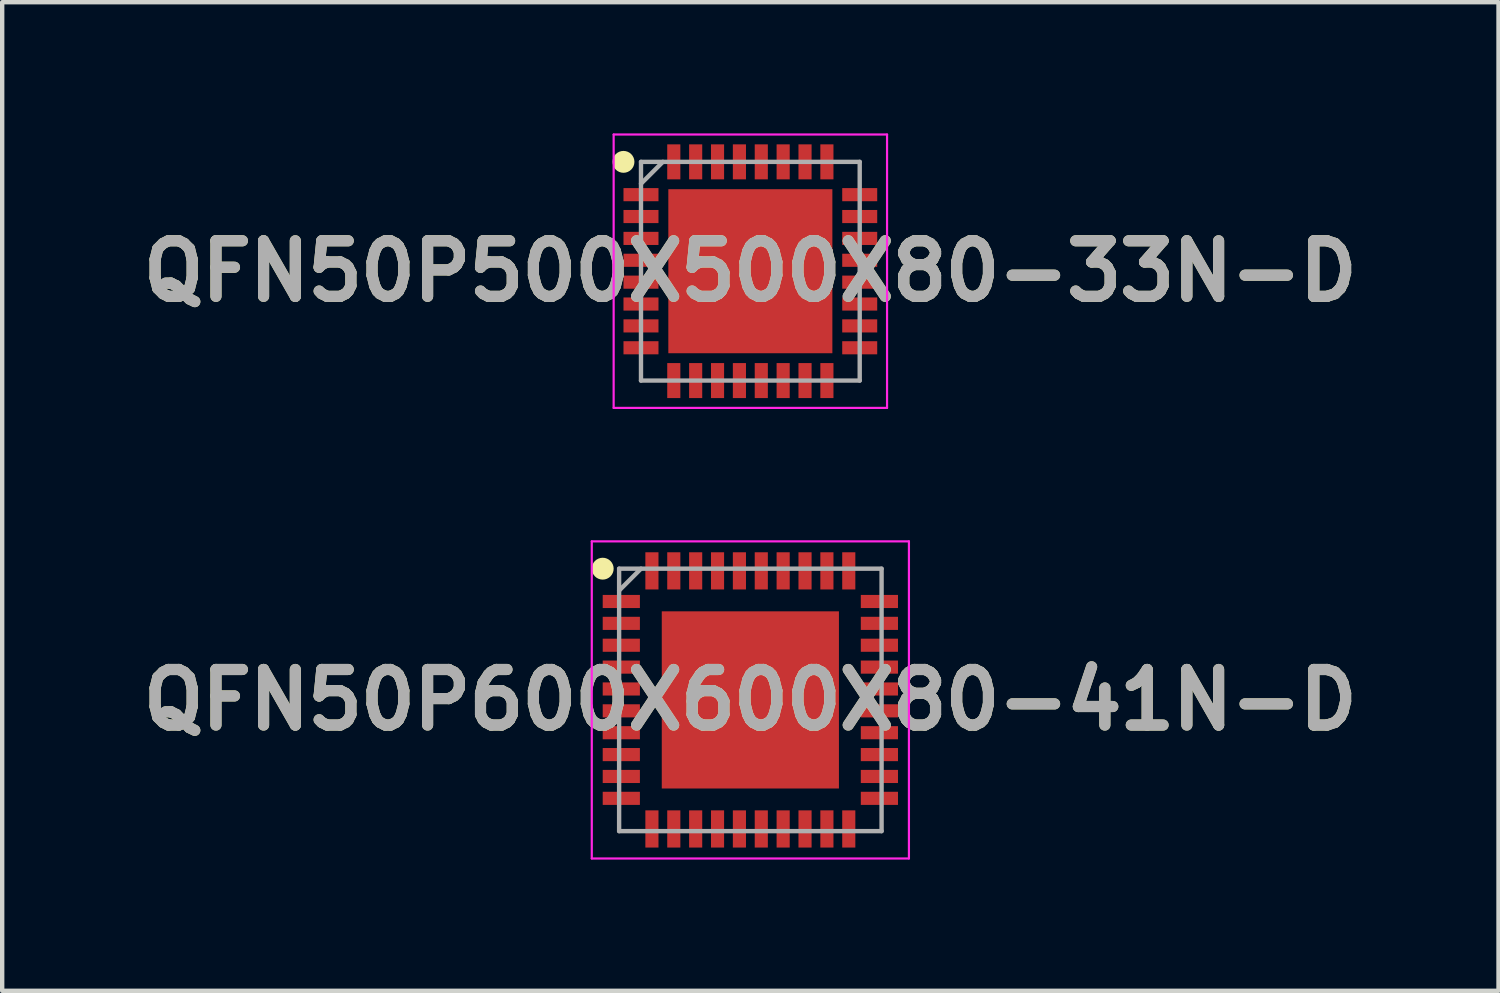
<source format=kicad_pcb>
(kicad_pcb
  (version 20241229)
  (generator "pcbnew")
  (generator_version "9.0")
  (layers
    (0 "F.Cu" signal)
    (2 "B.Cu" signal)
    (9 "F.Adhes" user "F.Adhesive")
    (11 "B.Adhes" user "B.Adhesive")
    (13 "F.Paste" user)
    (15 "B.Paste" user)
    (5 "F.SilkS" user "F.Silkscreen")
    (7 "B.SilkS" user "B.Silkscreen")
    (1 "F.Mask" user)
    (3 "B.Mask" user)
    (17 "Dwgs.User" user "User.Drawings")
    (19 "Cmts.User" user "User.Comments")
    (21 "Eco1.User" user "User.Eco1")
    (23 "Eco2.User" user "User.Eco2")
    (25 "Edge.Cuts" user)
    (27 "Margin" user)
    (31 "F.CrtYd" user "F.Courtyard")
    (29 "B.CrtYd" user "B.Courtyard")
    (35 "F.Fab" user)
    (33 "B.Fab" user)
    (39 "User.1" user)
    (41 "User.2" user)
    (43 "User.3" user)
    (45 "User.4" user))
  (footprint "QFN50P500X500X80-33N-D"
    (layer "F.Cu")
    (at 14.103 3.15)
    (property "Reference" "QFN50P500X500X80-33N-D" (at 0 0 0) (layer "F.SilkS") (effects (font (size 1.27 1.27) (thickness 0.254))))
    (attr smd)
    (fp_circle (center -2.9 -2.5) (end -2.9 -2.375) (stroke (width 0.25) (type solid)) (fill no) (layer "F.SilkS"))
    (fp_line (start -3.125 -3.125) (end 3.125 -3.125) (stroke (width 0.05) (type solid)) (layer "F.CrtYd"))
    (fp_line (start -3.125 3.125) (end -3.125 -3.125) (stroke (width 0.05) (type solid)) (layer "F.CrtYd"))
    (fp_line (start 3.125 -3.125) (end 3.125 3.125) (stroke (width 0.05) (type solid)) (layer "F.CrtYd"))
    (fp_line (start 3.125 3.125) (end -3.125 3.125) (stroke (width 0.05) (type solid)) (layer "F.CrtYd"))
    (fp_line (start -2.5 -2.5) (end 2.5 -2.5) (stroke (width 0.1) (type solid)) (layer "F.Fab"))
    (fp_line (start -2.5 -2) (end -2 -2.5) (stroke (width 0.1) (type solid)) (layer "F.Fab"))
    (fp_line (start -2.5 2.5) (end -2.5 -2.5) (stroke (width 0.1) (type solid)) (layer "F.Fab"))
    (fp_line (start 2.5 -2.5) (end 2.5 2.5) (stroke (width 0.1) (type solid)) (layer "F.Fab"))
    (fp_line (start 2.5 2.5) (end -2.5 2.5) (stroke (width 0.1) (type solid)) (layer "F.Fab"))
    (fp_text user "${REFERENCE}" (at 0 0 0) (layer "F.Fab") (effects (font (size 1.27 1.27) (thickness 0.254))))
    (pad "1" smd rect (at -2.5 -1.75 90) (size 0.3 0.8) (layers "F.Cu" "F.Mask" "F.Paste"))
    (pad "2" smd rect (at -2.5 -1.25 90) (size 0.3 0.8) (layers "F.Cu" "F.Mask" "F.Paste"))
    (pad "3" smd rect (at -2.5 -0.75 90) (size 0.3 0.8) (layers "F.Cu" "F.Mask" "F.Paste"))
    (pad "4" smd rect (at -2.5 -0.25 90) (size 0.3 0.8) (layers "F.Cu" "F.Mask" "F.Paste"))
    (pad "5" smd rect (at -2.5 0.25 90) (size 0.3 0.8) (layers "F.Cu" "F.Mask" "F.Paste"))
    (pad "6" smd rect (at -2.5 0.75 90) (size 0.3 0.8) (layers "F.Cu" "F.Mask" "F.Paste"))
    (pad "7" smd rect (at -2.5 1.25 90) (size 0.3 0.8) (layers "F.Cu" "F.Mask" "F.Paste"))
    (pad "8" smd rect (at -2.5 1.75 90) (size 0.3 0.8) (layers "F.Cu" "F.Mask" "F.Paste"))
    (pad "9" smd rect (at -1.75 2.5) (size 0.3 0.8) (layers "F.Cu" "F.Mask" "F.Paste"))
    (pad "10" smd rect (at -1.25 2.5) (size 0.3 0.8) (layers "F.Cu" "F.Mask" "F.Paste"))
    (pad "11" smd rect (at -0.75 2.5) (size 0.3 0.8) (layers "F.Cu" "F.Mask" "F.Paste"))
    (pad "12" smd rect (at -0.25 2.5) (size 0.3 0.8) (layers "F.Cu" "F.Mask" "F.Paste"))
    (pad "13" smd rect (at 0.25 2.5) (size 0.3 0.8) (layers "F.Cu" "F.Mask" "F.Paste"))
    (pad "14" smd rect (at 0.75 2.5) (size 0.3 0.8) (layers "F.Cu" "F.Mask" "F.Paste"))
    (pad "15" smd rect (at 1.25 2.5) (size 0.3 0.8) (layers "F.Cu" "F.Mask" "F.Paste"))
    (pad "16" smd rect (at 1.75 2.5) (size 0.3 0.8) (layers "F.Cu" "F.Mask" "F.Paste"))
    (pad "17" smd rect (at 2.5 1.75 90) (size 0.3 0.8) (layers "F.Cu" "F.Mask" "F.Paste"))
    (pad "18" smd rect (at 2.5 1.25 90) (size 0.3 0.8) (layers "F.Cu" "F.Mask" "F.Paste"))
    (pad "19" smd rect (at 2.5 0.75 90) (size 0.3 0.8) (layers "F.Cu" "F.Mask" "F.Paste"))
    (pad "20" smd rect (at 2.5 0.25 90) (size 0.3 0.8) (layers "F.Cu" "F.Mask" "F.Paste"))
    (pad "21" smd rect (at 2.5 -0.25 90) (size 0.3 0.8) (layers "F.Cu" "F.Mask" "F.Paste"))
    (pad "22" smd rect (at 2.5 -0.75 90) (size 0.3 0.8) (layers "F.Cu" "F.Mask" "F.Paste"))
    (pad "23" smd rect (at 2.5 -1.25 90) (size 0.3 0.8) (layers "F.Cu" "F.Mask" "F.Paste"))
    (pad "24" smd rect (at 2.5 -1.75 90) (size 0.3 0.8) (layers "F.Cu" "F.Mask" "F.Paste"))
    (pad "25" smd rect (at 1.75 -2.5) (size 0.3 0.8) (layers "F.Cu" "F.Mask" "F.Paste"))
    (pad "26" smd rect (at 1.25 -2.5) (size 0.3 0.8) (layers "F.Cu" "F.Mask" "F.Paste"))
    (pad "27" smd rect (at 0.75 -2.5) (size 0.3 0.8) (layers "F.Cu" "F.Mask" "F.Paste"))
    (pad "28" smd rect (at 0.25 -2.5) (size 0.3 0.8) (layers "F.Cu" "F.Mask" "F.Paste"))
    (pad "29" smd rect (at -0.25 -2.5) (size 0.3 0.8) (layers "F.Cu" "F.Mask" "F.Paste"))
    (pad "30" smd rect (at -0.75 -2.5) (size 0.3 0.8) (layers "F.Cu" "F.Mask" "F.Paste"))
    (pad "31" smd rect (at -1.25 -2.5) (size 0.3 0.8) (layers "F.Cu" "F.Mask" "F.Paste"))
    (pad "32" smd rect (at -1.75 -2.5) (size 0.3 0.8) (layers "F.Cu" "F.Mask" "F.Paste"))
    (pad "33" smd rect (at 0 0) (size 3.75 3.75) (layers "F.Cu" "F.Mask" "F.Paste")))
  (footprint "QFN50P600X600X80-41N-D"
    (layer "F.Cu")
    (at 14.103 12.95)
    (property "Reference" "QFN50P600X600X80-41N-D" (at 0 0 0) (layer "F.SilkS") (effects (font (size 1.27 1.27) (thickness 0.254))))
    (attr smd)
    (fp_circle (center -3.375 -3) (end -3.375 -2.875) (stroke (width 0.25) (type solid)) (fill no) (layer "F.SilkS"))
    (fp_line (start -3.625 -3.625) (end 3.625 -3.625) (stroke (width 0.05) (type solid)) (layer "F.CrtYd"))
    (fp_line (start -3.625 3.625) (end -3.625 -3.625) (stroke (width 0.05) (type solid)) (layer "F.CrtYd"))
    (fp_line (start 3.625 -3.625) (end 3.625 3.625) (stroke (width 0.05) (type solid)) (layer "F.CrtYd"))
    (fp_line (start 3.625 3.625) (end -3.625 3.625) (stroke (width 0.05) (type solid)) (layer "F.CrtYd"))
    (fp_line (start -3 -3) (end 3 -3) (stroke (width 0.1) (type solid)) (layer "F.Fab"))
    (fp_line (start -3 -2.5) (end -2.5 -3) (stroke (width 0.1) (type solid)) (layer "F.Fab"))
    (fp_line (start -3 3) (end -3 -3) (stroke (width 0.1) (type solid)) (layer "F.Fab"))
    (fp_line (start 3 -3) (end 3 3) (stroke (width 0.1) (type solid)) (layer "F.Fab"))
    (fp_line (start 3 3) (end -3 3) (stroke (width 0.1) (type solid)) (layer "F.Fab"))
    (fp_text user "${REFERENCE}" (at 0 0 0) (layer "F.Fab") (effects (font (size 1.27 1.27) (thickness 0.254))))
    (pad "1" smd rect (at -2.95 -2.25 90) (size 0.3 0.85) (layers "F.Cu" "F.Mask" "F.Paste"))
    (pad "2" smd rect (at -2.95 -1.75 90) (size 0.3 0.85) (layers "F.Cu" "F.Mask" "F.Paste"))
    (pad "3" smd rect (at -2.95 -1.25 90) (size 0.3 0.85) (layers "F.Cu" "F.Mask" "F.Paste"))
    (pad "4" smd rect (at -2.95 -0.75 90) (size 0.3 0.85) (layers "F.Cu" "F.Mask" "F.Paste"))
    (pad "5" smd rect (at -2.95 -0.25 90) (size 0.3 0.85) (layers "F.Cu" "F.Mask" "F.Paste"))
    (pad "6" smd rect (at -2.95 0.25 90) (size 0.3 0.85) (layers "F.Cu" "F.Mask" "F.Paste"))
    (pad "7" smd rect (at -2.95 0.75 90) (size 0.3 0.85) (layers "F.Cu" "F.Mask" "F.Paste"))
    (pad "8" smd rect (at -2.95 1.25 90) (size 0.3 0.85) (layers "F.Cu" "F.Mask" "F.Paste"))
    (pad "9" smd rect (at -2.95 1.75 90) (size 0.3 0.85) (layers "F.Cu" "F.Mask" "F.Paste"))
    (pad "10" smd rect (at -2.95 2.25 90) (size 0.3 0.85) (layers "F.Cu" "F.Mask" "F.Paste"))
    (pad "11" smd rect (at -2.25 2.95) (size 0.3 0.85) (layers "F.Cu" "F.Mask" "F.Paste"))
    (pad "12" smd rect (at -1.75 2.95) (size 0.3 0.85) (layers "F.Cu" "F.Mask" "F.Paste"))
    (pad "13" smd rect (at -1.25 2.95) (size 0.3 0.85) (layers "F.Cu" "F.Mask" "F.Paste"))
    (pad "14" smd rect (at -0.75 2.95) (size 0.3 0.85) (layers "F.Cu" "F.Mask" "F.Paste"))
    (pad "15" smd rect (at -0.25 2.95) (size 0.3 0.85) (layers "F.Cu" "F.Mask" "F.Paste"))
    (pad "16" smd rect (at 0.25 2.95) (size 0.3 0.85) (layers "F.Cu" "F.Mask" "F.Paste"))
    (pad "17" smd rect (at 0.75 2.95) (size 0.3 0.85) (layers "F.Cu" "F.Mask" "F.Paste"))
    (pad "18" smd rect (at 1.25 2.95) (size 0.3 0.85) (layers "F.Cu" "F.Mask" "F.Paste"))
    (pad "19" smd rect (at 1.75 2.95) (size 0.3 0.85) (layers "F.Cu" "F.Mask" "F.Paste"))
    (pad "20" smd rect (at 2.25 2.95) (size 0.3 0.85) (layers "F.Cu" "F.Mask" "F.Paste"))
    (pad "21" smd rect (at 2.95 2.25 90) (size 0.3 0.85) (layers "F.Cu" "F.Mask" "F.Paste"))
    (pad "22" smd rect (at 2.95 1.75 90) (size 0.3 0.85) (layers "F.Cu" "F.Mask" "F.Paste"))
    (pad "23" smd rect (at 2.95 1.25 90) (size 0.3 0.85) (layers "F.Cu" "F.Mask" "F.Paste"))
    (pad "24" smd rect (at 2.95 0.75 90) (size 0.3 0.85) (layers "F.Cu" "F.Mask" "F.Paste"))
    (pad "25" smd rect (at 2.95 0.25 90) (size 0.3 0.85) (layers "F.Cu" "F.Mask" "F.Paste"))
    (pad "26" smd rect (at 2.95 -0.25 90) (size 0.3 0.85) (layers "F.Cu" "F.Mask" "F.Paste"))
    (pad "27" smd rect (at 2.95 -0.75 90) (size 0.3 0.85) (layers "F.Cu" "F.Mask" "F.Paste"))
    (pad "28" smd rect (at 2.95 -1.25 90) (size 0.3 0.85) (layers "F.Cu" "F.Mask" "F.Paste"))
    (pad "29" smd rect (at 2.95 -1.75 90) (size 0.3 0.85) (layers "F.Cu" "F.Mask" "F.Paste"))
    (pad "30" smd rect (at 2.95 -2.25 90) (size 0.3 0.85) (layers "F.Cu" "F.Mask" "F.Paste"))
    (pad "31" smd rect (at 2.25 -2.95) (size 0.3 0.85) (layers "F.Cu" "F.Mask" "F.Paste"))
    (pad "32" smd rect (at 1.75 -2.95) (size 0.3 0.85) (layers "F.Cu" "F.Mask" "F.Paste"))
    (pad "33" smd rect (at 1.25 -2.95) (size 0.3 0.85) (layers "F.Cu" "F.Mask" "F.Paste"))
    (pad "34" smd rect (at 0.75 -2.95) (size 0.3 0.85) (layers "F.Cu" "F.Mask" "F.Paste"))
    (pad "35" smd rect (at 0.25 -2.95) (size 0.3 0.85) (layers "F.Cu" "F.Mask" "F.Paste"))
    (pad "36" smd rect (at -0.25 -2.95) (size 0.3 0.85) (layers "F.Cu" "F.Mask" "F.Paste"))
    (pad "37" smd rect (at -0.75 -2.95) (size 0.3 0.85) (layers "F.Cu" "F.Mask" "F.Paste"))
    (pad "38" smd rect (at -1.25 -2.95) (size 0.3 0.85) (layers "F.Cu" "F.Mask" "F.Paste"))
    (pad "39" smd rect (at -1.75 -2.95) (size 0.3 0.85) (layers "F.Cu" "F.Mask" "F.Paste"))
    (pad "40" smd rect (at -2.25 -2.95) (size 0.3 0.85) (layers "F.Cu" "F.Mask" "F.Paste"))
    (pad "41" smd rect (at 0 0) (size 4.05 4.05) (layers "F.Cu" "F.Mask" "F.Paste")))
  (gr_rect
    (start -3 -3)
    (end 31.206 19.6)
    (stroke (width 0.1) (type default))
    (fill no)
    (layer "Edge.Cuts")))
</source>
